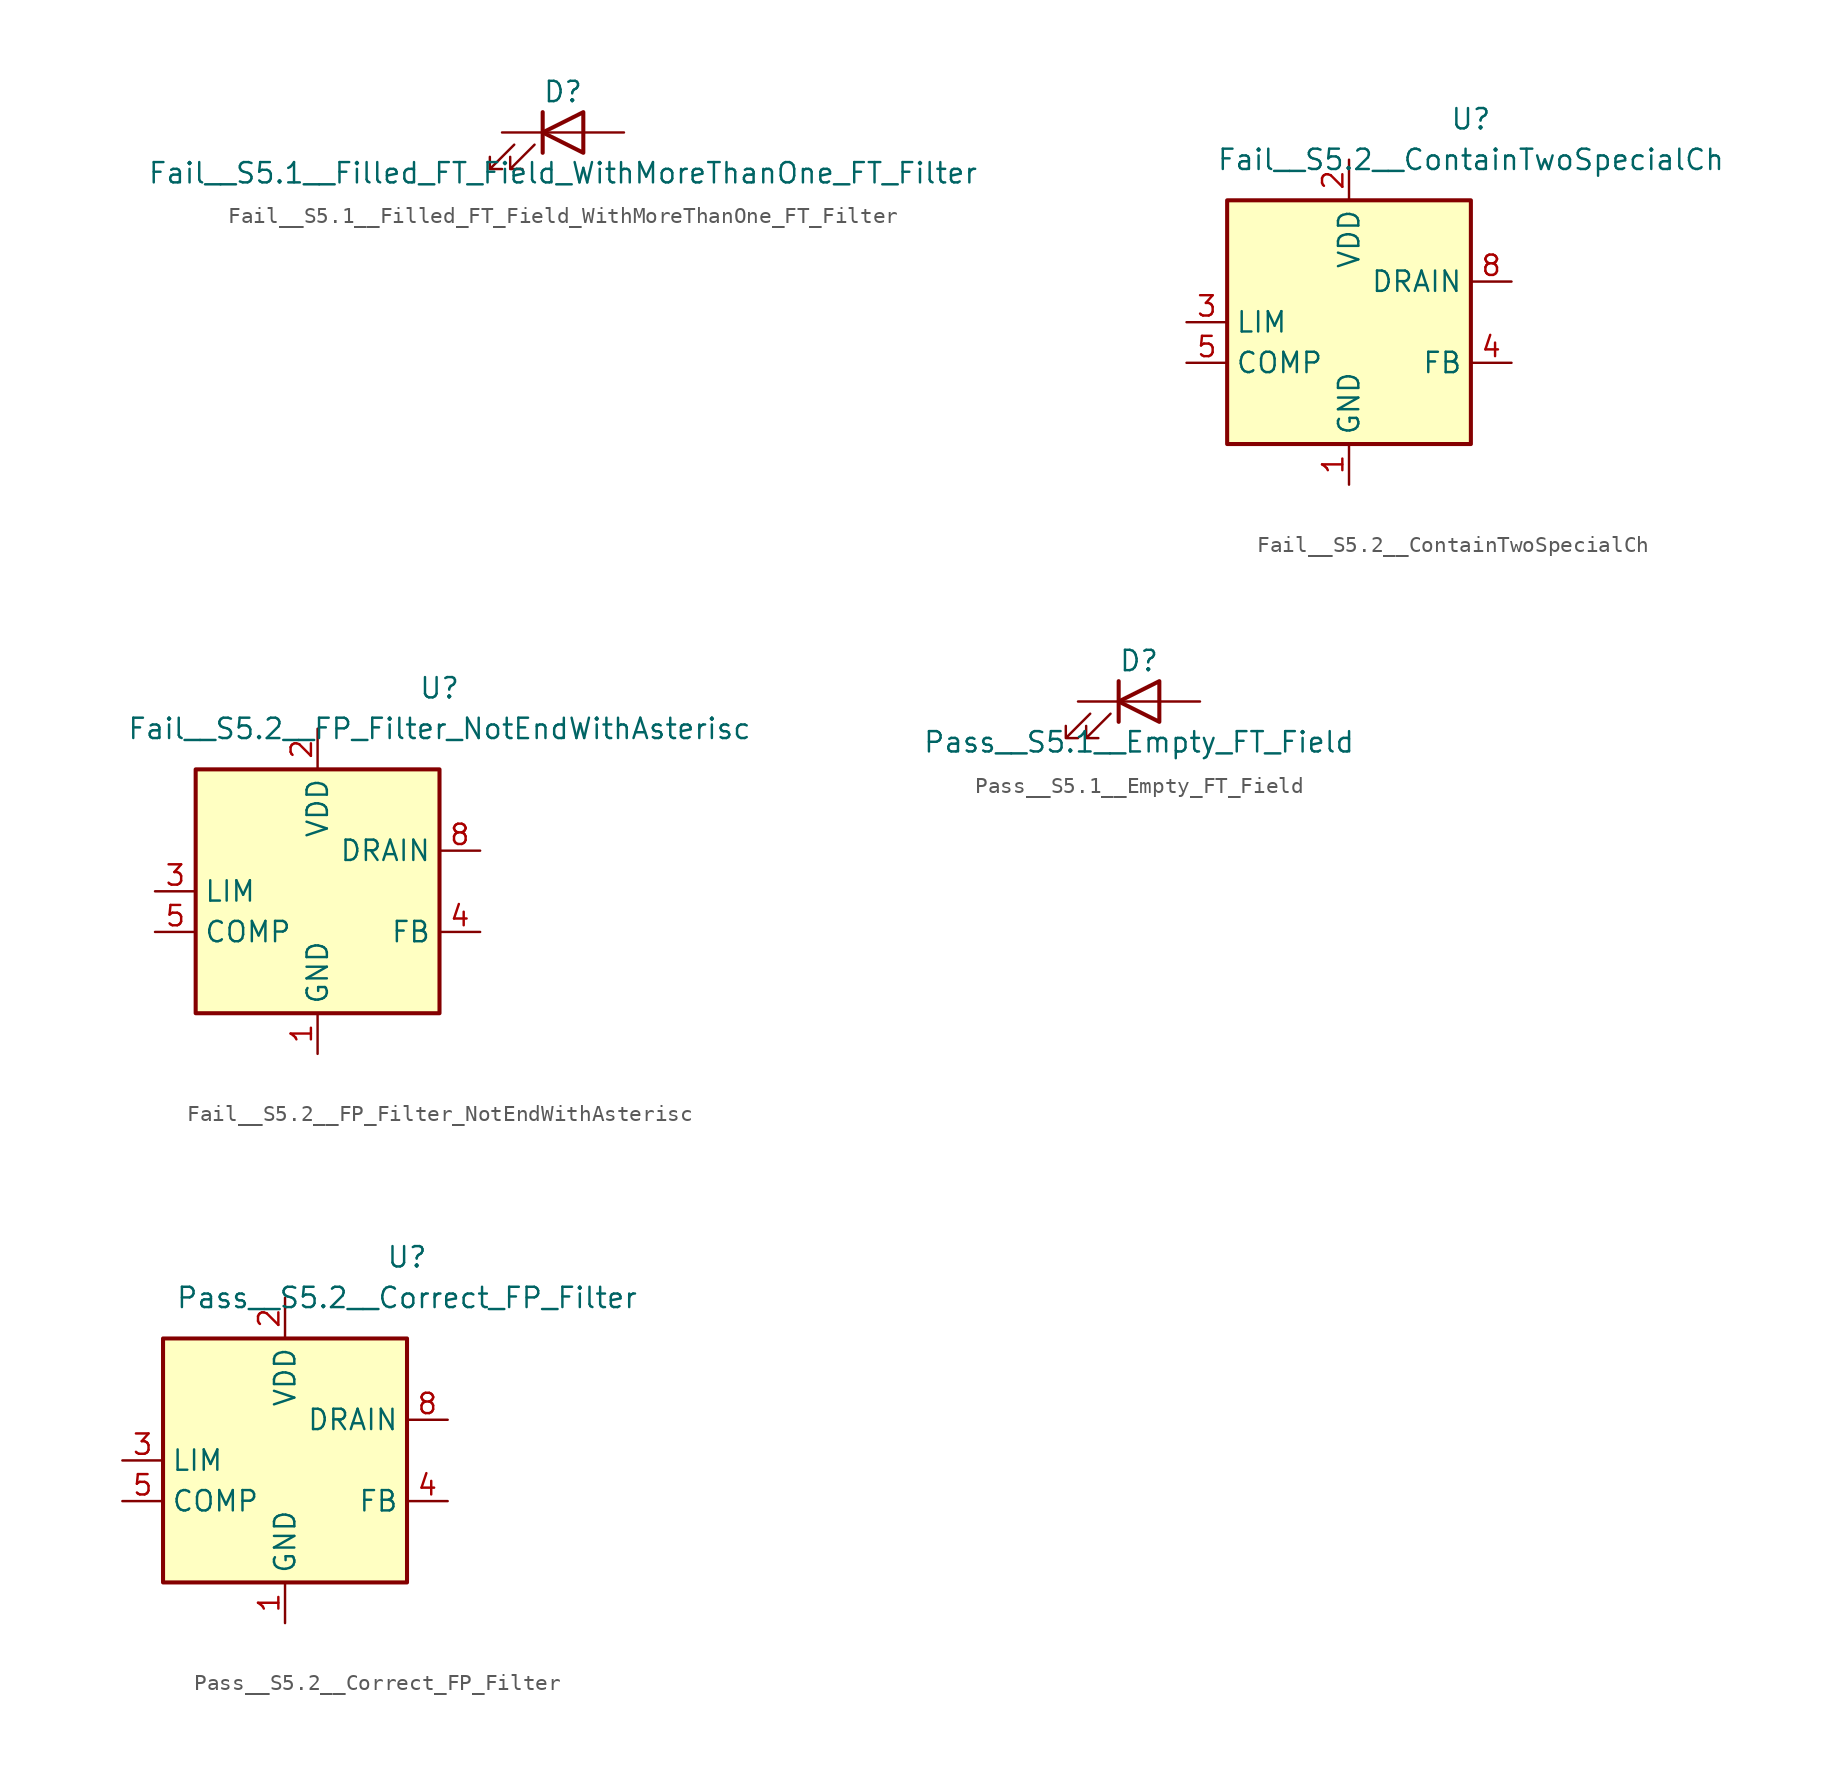
<source format=kicad_sym>
(kicad_symbol_lib
  (version 20220914)
  (generator kicad_symbol_editor)
  (symbol "Fail__S5.1__Filled_FT_Field_WithMoreThanOne_FT_Filter"
    (pin_numbers hide)
    (pin_names hide)
    (property "Reference" "D"
      (at 0 2.54 0)
      (effects (font (size 1.27 1.27))))
    (property "Value" "Fail__S5.1__Filled_FT_Field_WithMoreThanOne_FT_Filter"
      (at 0 -2.54 0)
      (effects (font (size 1.27 1.27))))
    (symbol "Fail__S5.1__Filled_FT_Field_WithMoreThanOne_FT_Filter_0_1"
      (polyline (pts (xy -1.27 -1.27) (xy -1.27 1.27)) (stroke (width 0.254) (type default)) (fill (type none)))
      (polyline (pts (xy -1.27 0) (xy 1.27 0)) (stroke (width 0) (type default)) (fill (type none)))
      (polyline (pts (xy 1.27 -1.27) (xy 1.27 1.27) (xy -1.27 0) (xy 1.27 -1.27)) (stroke (width 0.254) (type default)) (fill (type none)))
      (polyline (pts (xy -3.048 -0.762) (xy -4.572 -2.286) (xy -3.81 -2.286) (xy -4.572 -2.286) (xy -4.572 -1.524)) (stroke (width 0) (type default)) (fill (type none)))
      (polyline (pts (xy -1.778 -0.762) (xy -3.302 -2.286) (xy -2.54 -2.286) (xy -3.302 -2.286) (xy -3.302 -1.524)) (stroke (width 0) (type default)) (fill (type none))))
    (symbol "Fail__S5.1__Filled_FT_Field_WithMoreThanOne_FT_Filter_1_1"
      (pin passive line (at -3.81 0 0) (length 2.54) (name "K" (effects (font (size 1.27 1.27)))) (number "1" (effects (font (size 1.27 1.27)))))
      (pin passive line (at 3.81 0 180) (length 2.54) (name "A" (effects (font (size 1.27 1.27)))) (number "2" (effects (font (size 1.27 1.27)))))))
  (symbol "Fail__S5.2__ContainTwoSpecialCh"
    (property "Reference" "U"
      (at 7.62 12.7 0)
      (effects (font (size 1.27 1.27))))
    (property "Value" "Fail__S5.2__ContainTwoSpecialCh"
      (at 7.62 10.16 0)
      (effects (font (size 1.27 1.27))))
    (symbol "Fail__S5.2__ContainTwoSpecialCh_1_1"
      (rectangle (start -7.62 7.62) (end 7.62 -7.62) (stroke (width 0.254) (type default)) (fill (type background)))
      (pin power_in line (at 0 -10.16 90) (length 2.54) (name "GND" (effects (font (size 1.27 1.27)))) (number "1" (effects (font (size 1.27 1.27)))))
      (pin power_in line (at 0 10.16 270) (length 2.54) (name "VDD" (effects (font (size 1.27 1.27)))) (number "2" (effects (font (size 1.27 1.27)))))
      (pin passive line (at -10.16 0 0) (length 2.54) (name "LIM" (effects (font (size 1.27 1.27)))) (number "3" (effects (font (size 1.27 1.27)))))
      (pin input line (at 10.16 -2.54 180) (length 2.54) (name "FB" (effects (font (size 1.27 1.27)))) (number "4" (effects (font (size 1.27 1.27)))))
      (pin passive line (at -10.16 -2.54 0) (length 2.54) (name "COMP" (effects (font (size 1.27 1.27)))) (number "5" (effects (font (size 1.27 1.27)))))
      (pin passive line (at 10.16 2.54 180) (length 2.54) hide (name "DRAIN" (effects (font (size 1.27 1.27)))) (number "7" (effects (font (size 1.27 1.27)))))
      (pin passive line (at 10.16 2.54 180) (length 2.54) (name "DRAIN" (effects (font (size 1.27 1.27)))) (number "8" (effects (font (size 1.27 1.27)))))))
  (symbol "Fail__S5.2__FP_Filter_NotEndWithAsterisc"
    (property "Reference" "U"
      (at 7.62 12.7 0)
      (effects (font (size 1.27 1.27))))
    (property "Value" "Fail__S5.2__FP_Filter_NotEndWithAsterisc"
      (at 7.62 10.16 0)
      (effects (font (size 1.27 1.27))))
    (symbol "Fail__S5.2__FP_Filter_NotEndWithAsterisc_1_1"
      (rectangle (start -7.62 7.62) (end 7.62 -7.62) (stroke (width 0.254) (type default)) (fill (type background)))
      (pin power_in line (at 0 -10.16 90) (length 2.54) (name "GND" (effects (font (size 1.27 1.27)))) (number "1" (effects (font (size 1.27 1.27)))))
      (pin power_in line (at 0 10.16 270) (length 2.54) (name "VDD" (effects (font (size 1.27 1.27)))) (number "2" (effects (font (size 1.27 1.27)))))
      (pin passive line (at -10.16 0 0) (length 2.54) (name "LIM" (effects (font (size 1.27 1.27)))) (number "3" (effects (font (size 1.27 1.27)))))
      (pin input line (at 10.16 -2.54 180) (length 2.54) (name "FB" (effects (font (size 1.27 1.27)))) (number "4" (effects (font (size 1.27 1.27)))))
      (pin passive line (at -10.16 -2.54 0) (length 2.54) (name "COMP" (effects (font (size 1.27 1.27)))) (number "5" (effects (font (size 1.27 1.27)))))
      (pin passive line (at 10.16 2.54 180) (length 2.54) hide (name "DRAIN" (effects (font (size 1.27 1.27)))) (number "7" (effects (font (size 1.27 1.27)))))
      (pin passive line (at 10.16 2.54 180) (length 2.54) (name "DRAIN" (effects (font (size 1.27 1.27)))) (number "8" (effects (font (size 1.27 1.27)))))))
  (symbol "Pass__S5.1__Empty_FT_Field"
    (pin_numbers hide)
    (pin_names hide)
    (property "Reference" "D"
      (at 0 2.54 0)
      (effects (font (size 1.27 1.27))))
    (property "Value" "Pass__S5.1__Empty_FT_Field"
      (at 0 -2.54 0)
      (effects (font (size 1.27 1.27))))
    (symbol "Pass__S5.1__Empty_FT_Field_0_1"
      (polyline (pts (xy -1.27 -1.27) (xy -1.27 1.27)) (stroke (width 0.254) (type default)) (fill (type none)))
      (polyline (pts (xy -1.27 0) (xy 1.27 0)) (stroke (width 0) (type default)) (fill (type none)))
      (polyline (pts (xy 1.27 -1.27) (xy 1.27 1.27) (xy -1.27 0) (xy 1.27 -1.27)) (stroke (width 0.254) (type default)) (fill (type none)))
      (polyline (pts (xy -3.048 -0.762) (xy -4.572 -2.286) (xy -3.81 -2.286) (xy -4.572 -2.286) (xy -4.572 -1.524)) (stroke (width 0) (type default)) (fill (type none)))
      (polyline (pts (xy -1.778 -0.762) (xy -3.302 -2.286) (xy -2.54 -2.286) (xy -3.302 -2.286) (xy -3.302 -1.524)) (stroke (width 0) (type default)) (fill (type none))))
    (symbol "Pass__S5.1__Empty_FT_Field_1_1"
      (pin passive line (at -3.81 0 0) (length 2.54) (name "K" (effects (font (size 1.27 1.27)))) (number "1" (effects (font (size 1.27 1.27)))))
      (pin passive line (at 3.81 0 180) (length 2.54) (name "A" (effects (font (size 1.27 1.27)))) (number "2" (effects (font (size 1.27 1.27)))))))
  (symbol "Pass__S5.2__Correct_FP_Filter"
    (property "Reference" "U"
      (at 7.62 12.7 0)
      (effects (font (size 1.27 1.27))))
    (property "Value" "Pass__S5.2__Correct_FP_Filter"
      (at 7.62 10.16 0)
      (effects (font (size 1.27 1.27))))
    (symbol "Pass__S5.2__Correct_FP_Filter_1_1"
      (rectangle (start -7.62 7.62) (end 7.62 -7.62) (stroke (width 0.254) (type default)) (fill (type background)))
      (pin power_in line (at 0 -10.16 90) (length 2.54) (name "GND" (effects (font (size 1.27 1.27)))) (number "1" (effects (font (size 1.27 1.27)))))
      (pin power_in line (at 0 10.16 270) (length 2.54) (name "VDD" (effects (font (size 1.27 1.27)))) (number "2" (effects (font (size 1.27 1.27)))))
      (pin passive line (at -10.16 0 0) (length 2.54) (name "LIM" (effects (font (size 1.27 1.27)))) (number "3" (effects (font (size 1.27 1.27)))))
      (pin input line (at 10.16 -2.54 180) (length 2.54) (name "FB" (effects (font (size 1.27 1.27)))) (number "4" (effects (font (size 1.27 1.27)))))
      (pin passive line (at -10.16 -2.54 0) (length 2.54) (name "COMP" (effects (font (size 1.27 1.27)))) (number "5" (effects (font (size 1.27 1.27)))))
      (pin passive line (at 10.16 2.54 180) (length 2.54) hide (name "DRAIN" (effects (font (size 1.27 1.27)))) (number "7" (effects (font (size 1.27 1.27)))))
      (pin passive line (at 10.16 2.54 180) (length 2.54) (name "DRAIN" (effects (font (size 1.27 1.27)))) (number "8" (effects (font (size 1.27 1.27))))))))
</source>
